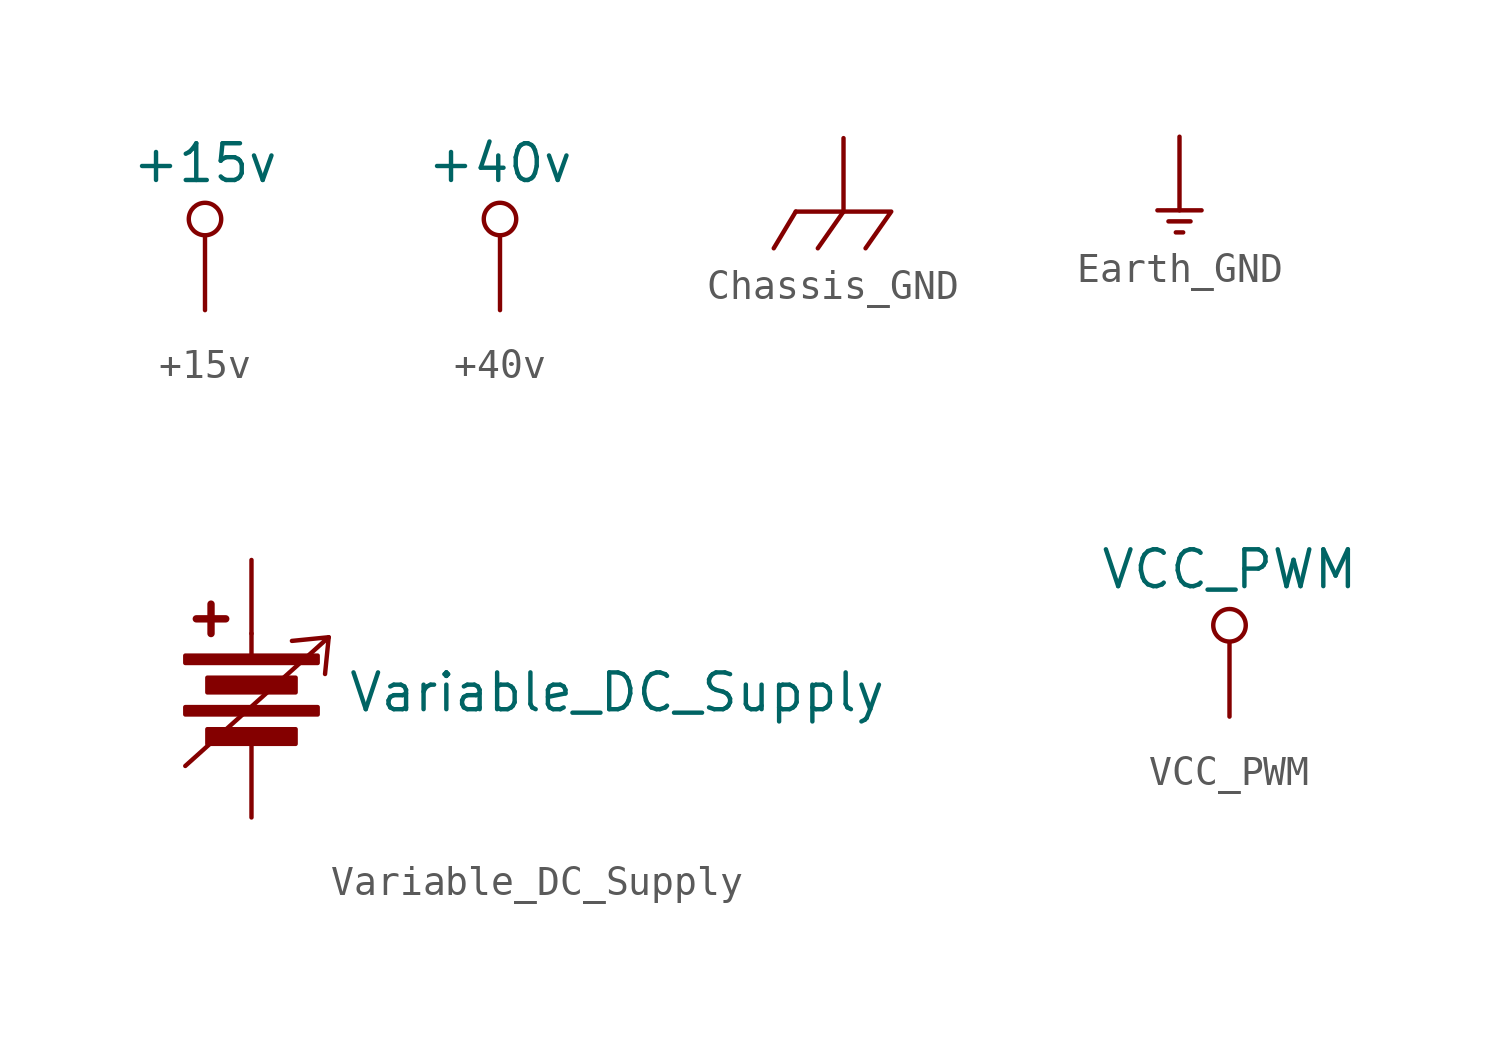
<source format=kicad_sym>
(kicad_symbol_lib
  (version 20231120)
  (generator "kicad_symbol_editor")
  (generator_version "8.0")
  (symbol "+15v"
    (power)
    (pin_numbers hide)
    (pin_names hide)
    (property "Reference" "#PWR"
      (at 4.724 3.708 0)
      (effects (font (size 1.27 1.27)) (hide yes)))
    (property "Value" "+15v"
      (at 0 3.81 0)
      (effects (font (size 1.27 1.27))))
    (symbol "+15v_0_1"
      (circle (center 0 1.88) (radius 0.561) (stroke (width 0) (type default)) (fill (type none))))
    (symbol "+15v_1_1"
      (pin power_in line (at 0 -1.27 90) (length 2.54) (name "+15v" (effects (font (size 1.27 1.27)))) (number "~" (effects (font (size 1.27 1.27)))))))
  (symbol "+40v"
    (power)
    (pin_numbers hide)
    (pin_names hide)
    (property "Reference" "#PWR"
      (at 4.724 3.708 0)
      (effects (font (size 1.27 1.27)) (hide yes)))
    (property "Value" "+40v"
      (at 0 3.81 0)
      (effects (font (size 1.27 1.27))))
    (symbol "+40v_0_1"
      (circle (center 0 1.88) (radius 0.561) (stroke (width 0) (type default)) (fill (type none))))
    (symbol "+40v_1_1"
      (pin power_in line (at 0 -1.27 90) (length 2.54) (name "+40v" (effects (font (size 1.27 1.27)))) (number "~" (effects (font (size 1.27 1.27)))))))
  (symbol "Chassis_GND"
    (power)
    (pin_numbers hide)
    (pin_names hide)
    (property "Reference" "#PWR"
      (at 0 1.27 0)
      (effects (font (size 1.27 1.27)) (hide yes)))
    (symbol "Chassis_GND_0_1"
      (polyline (pts (xy -1.651 -2.54) (xy -2.413 -3.81)) (stroke (width 0) (type default)) (fill (type none)))
      (polyline (pts (xy 0 -2.54) (xy -0.889 -3.81)) (stroke (width 0) (type default)) (fill (type none)))
      (polyline (pts (xy -1.651 -2.54) (xy 1.651 -2.54) (xy 0.762 -3.81)) (stroke (width 0) (type default)) (fill (type none))))
    (symbol "Chassis_GND_1_1"
      (pin power_in line (at 0 0 270) (length 2.54) (name "Chassis_GND" (effects (font (size 1.27 1.27)))) (number "1" (effects (font (size 1.27 1.27)))))))
  (symbol "Earth_GND"
    (power)
    (pin_numbers hide)
    (pin_names hide)
    (property "Reference" "#PWR"
      (at 0 1.27 0)
      (effects (font (size 1.27 1.27)) (hide yes)))
    (symbol "Earth_GND_0_1"
      (polyline (pts (xy -0.762 -2.54) (xy 0.762 -2.54)) (stroke (width 0) (type default)) (fill (type none)))
      (polyline (pts (xy -0.381 -2.921) (xy 0.381 -2.921)) (stroke (width 0) (type default)) (fill (type none)))
      (polyline (pts (xy -0.127 -3.302) (xy 0.127 -3.302)) (stroke (width 0) (type default)) (fill (type none))))
    (symbol "Earth_GND_1_1"
      (pin power_in line (at 0 0 270) (length 2.54) (name "Earth_GND" (effects (font (size 1.27 1.27)))) (number "~" (effects (font (size 1.27 1.27)))))))
  (symbol "Variable_DC_Supply"
    (power)
    (pin_numbers hide)
    (pin_names
      (offset 0) hide)
    (property "Reference" "#PWR"
      (at 3.302 2.54 0)
      (effects (font (size 1.27 1.27)) (justify left) (hide yes)))
    (property "Value" "Variable_DC_Supply"
      (at 3.302 0.508 0)
      (effects (font (size 1.27 1.27)) (justify left)))
    (symbol "Variable_DC_Supply_0_1"
      (rectangle (start -2.286 0) (end 2.286 -0.254) (stroke (width 0) (type default)) (fill (type outline)))
      (rectangle (start -2.286 1.778) (end 2.286 1.524) (stroke (width 0) (type default)) (fill (type outline)))
      (rectangle (start -1.524 -0.762) (end 1.524 -1.27) (stroke (width 0) (type default)) (fill (type outline)))
      (rectangle (start -1.524 1.016) (end 1.524 0.508) (stroke (width 0) (type default)) (fill (type outline)))
      (polyline (pts (xy -1.905 3.048) (xy -0.889 3.048)) (stroke (width 0.254) (type default)) (fill (type none)))
      (polyline (pts (xy -1.397 3.556) (xy -1.397 2.54)) (stroke (width 0.254) (type default)) (fill (type none)))
      (polyline (pts (xy 0 1.778) (xy 0 2.54)) (stroke (width 0) (type default)) (fill (type none)))
      (polyline (pts (xy 2.667 2.413) (xy 2.54 1.143)) (stroke (width 0) (type default)) (fill (type none)))
      (polyline (pts (xy -2.286 -2.032) (xy 2.667 2.413) (xy 1.397 2.286)) (stroke (width 0) (type default)) (fill (type none))))
    (symbol "Variable_DC_Supply_1_1"
      (pin power_in line (at 0 5.08 270) (length 2.54) (name "+" (effects (font (size 1.27 1.27)))) (number "1" (effects (font (size 1.27 1.27)))))
      (pin power_in line (at 0 -3.81 90) (length 2.54) (name "-" (effects (font (size 1.27 1.27)))) (number "2" (effects (font (size 1.27 1.27)))))))
  (symbol "VCC_PWM"
    (power)
    (pin_numbers hide)
    (pin_names hide)
    (property "Reference" "#PWR"
      (at 4.724 3.708 0)
      (effects (font (size 1.27 1.27)) (hide yes)))
    (property "Value" "VCC_PWM"
      (at 0 3.81 0)
      (effects (font (size 1.27 1.27))))
    (symbol "VCC_PWM_0_1"
      (circle (center 0 1.88) (radius 0.561) (stroke (width 0) (type default)) (fill (type none))))
    (symbol "VCC_PWM_1_1"
      (pin power_in line (at 0 -1.27 90) (length 2.54) (name "+VCC_PWM" (effects (font (size 1.27 1.27)))) (number "~" (effects (font (size 1.27 1.27))))))))
</source>
